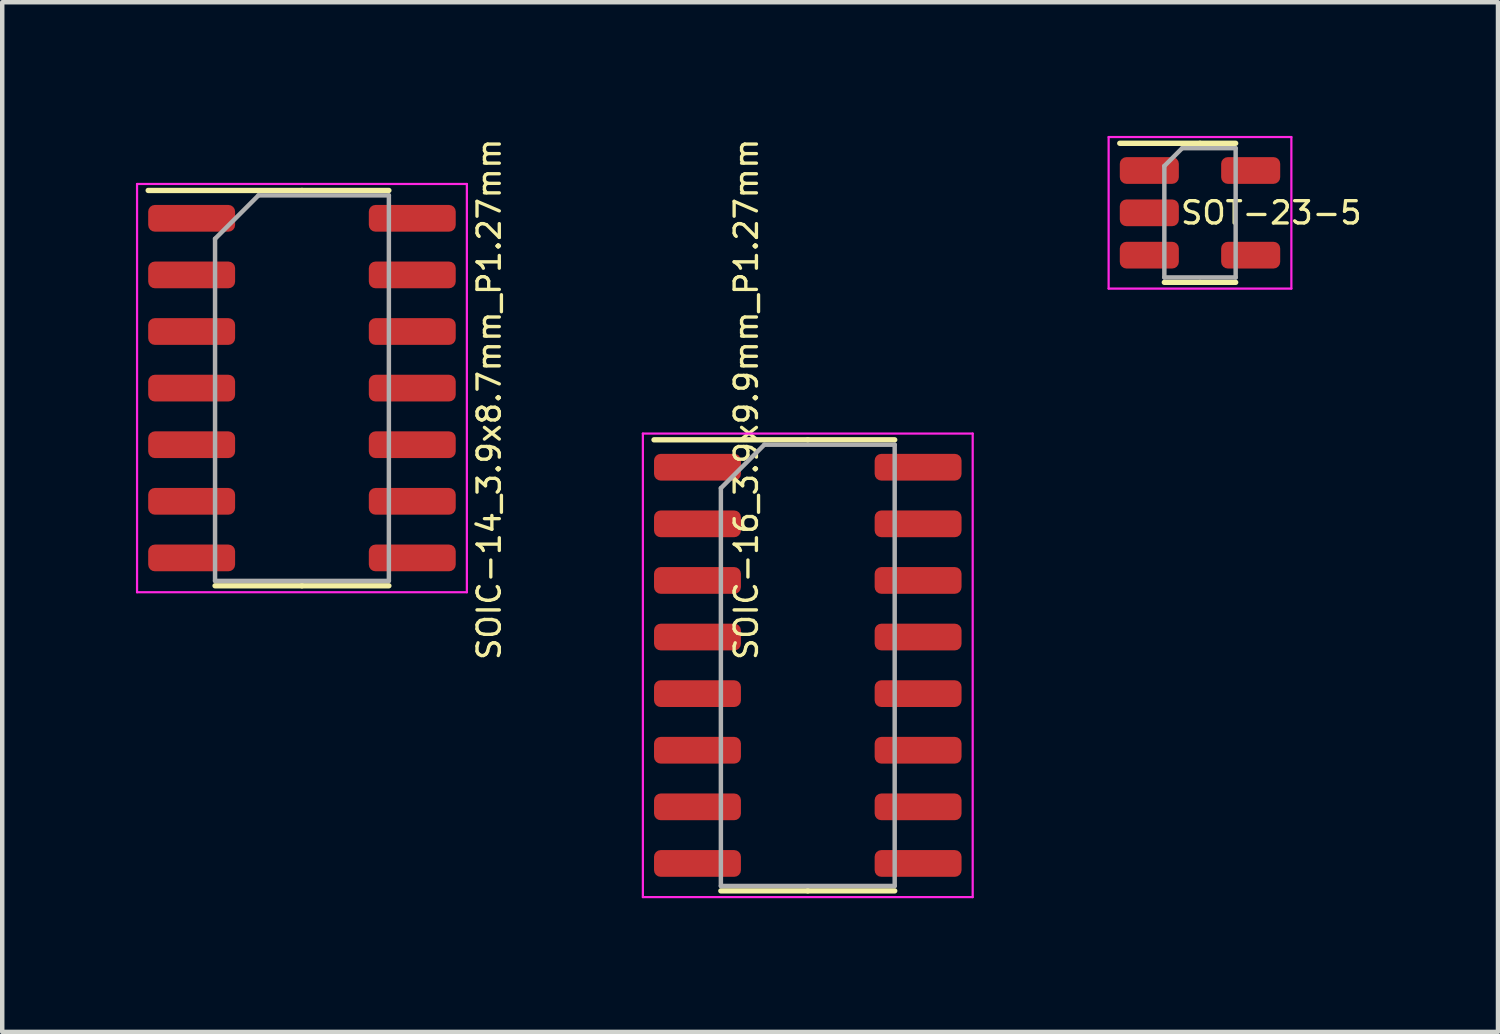
<source format=kicad_pcb>
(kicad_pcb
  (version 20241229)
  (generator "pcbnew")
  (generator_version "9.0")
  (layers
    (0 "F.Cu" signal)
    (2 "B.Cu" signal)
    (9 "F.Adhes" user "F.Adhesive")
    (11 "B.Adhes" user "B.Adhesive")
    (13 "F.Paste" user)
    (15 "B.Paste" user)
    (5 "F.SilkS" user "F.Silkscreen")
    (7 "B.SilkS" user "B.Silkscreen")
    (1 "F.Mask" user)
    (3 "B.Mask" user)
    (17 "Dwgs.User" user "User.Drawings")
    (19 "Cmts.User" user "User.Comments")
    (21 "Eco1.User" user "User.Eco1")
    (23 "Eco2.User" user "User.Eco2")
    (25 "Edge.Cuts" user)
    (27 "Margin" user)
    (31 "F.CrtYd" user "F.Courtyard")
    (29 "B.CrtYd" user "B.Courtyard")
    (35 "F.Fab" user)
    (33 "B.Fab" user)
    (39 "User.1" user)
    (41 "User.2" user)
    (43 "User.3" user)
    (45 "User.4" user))
  (footprint "SOT-23-5"
    (layer "F.Cu")
    (at 23.874 1.725)
    (property "Reference" "SOT-23-5" (at 1.6 0 180) (layer "F.SilkS") (effects (font (size 0.5 0.5) (thickness 0.075))))
    (attr smd)
    (fp_line (start 0 -1.56) (end -1.8 -1.56) (stroke (width 0.12) (type solid)) (layer "F.SilkS"))
    (fp_line (start 0 -1.56) (end 0.8 -1.56) (stroke (width 0.12) (type solid)) (layer "F.SilkS"))
    (fp_line (start 0 1.56) (end -0.8 1.56) (stroke (width 0.12) (type solid)) (layer "F.SilkS"))
    (fp_line (start 0 1.56) (end 0.8 1.56) (stroke (width 0.12) (type solid)) (layer "F.SilkS"))
    (fp_line (start -2.05 -1.7) (end -2.05 1.7) (stroke (width 0.05) (type solid)) (layer "F.CrtYd"))
    (fp_line (start -2.05 1.7) (end 2.05 1.7) (stroke (width 0.05) (type solid)) (layer "F.CrtYd"))
    (fp_line (start 2.05 -1.7) (end -2.05 -1.7) (stroke (width 0.05) (type solid)) (layer "F.CrtYd"))
    (fp_line (start 2.05 1.7) (end 2.05 -1.7) (stroke (width 0.05) (type solid)) (layer "F.CrtYd"))
    (fp_line (start -0.8 -1.05) (end -0.4 -1.45) (stroke (width 0.1) (type solid)) (layer "F.Fab"))
    (fp_line (start -0.8 1.45) (end -0.8 -1.05) (stroke (width 0.1) (type solid)) (layer "F.Fab"))
    (fp_line (start -0.4 -1.45) (end 0.8 -1.45) (stroke (width 0.1) (type solid)) (layer "F.Fab"))
    (fp_line (start 0.8 -1.45) (end 0.8 1.45) (stroke (width 0.1) (type solid)) (layer "F.Fab"))
    (fp_line (start 0.8 1.45) (end -0.8 1.45) (stroke (width 0.1) (type solid)) (layer "F.Fab"))
    (pad "1" smd roundrect (at -1.137 -0.95) (size 1.325 0.6) (layers "F.Cu" "F.Mask" "F.Paste") (roundrect_rratio 0.25))
    (pad "2" smd roundrect (at -1.137 0) (size 1.325 0.6) (layers "F.Cu" "F.Mask" "F.Paste") (roundrect_rratio 0.25))
    (pad "3" smd roundrect (at -1.137 0.95) (size 1.325 0.6) (layers "F.Cu" "F.Mask" "F.Paste") (roundrect_rratio 0.25))
    (pad "4" smd roundrect (at 1.137 0.95) (size 1.325 0.6) (layers "F.Cu" "F.Mask" "F.Paste") (roundrect_rratio 0.25))
    (pad "5" smd roundrect (at 1.137 -0.95) (size 1.325 0.6) (layers "F.Cu" "F.Mask" "F.Paste") (roundrect_rratio 0.25)))
  (footprint "SOIC-16_3.9x9.9mm_P1.27mm"
    (layer "F.Cu")
    (at 15.074 11.878)
    (property "Reference" "SOIC-16_3.9x9.9mm_P1.27mm" (at -1.38 -5.97 90) (layer "F.SilkS") (effects (font (size 0.5 0.5) (thickness 0.075))))
    (attr smd)
    (fp_line (start 0 -5.06) (end -3.45 -5.06) (stroke (width 0.12) (type solid)) (layer "F.SilkS"))
    (fp_line (start 0 -5.06) (end 1.95 -5.06) (stroke (width 0.12) (type solid)) (layer "F.SilkS"))
    (fp_line (start 0 5.06) (end -1.95 5.06) (stroke (width 0.12) (type solid)) (layer "F.SilkS"))
    (fp_line (start 0 5.06) (end 1.95 5.06) (stroke (width 0.12) (type solid)) (layer "F.SilkS"))
    (fp_line (start -3.7 -5.2) (end -3.7 5.2) (stroke (width 0.05) (type solid)) (layer "F.CrtYd"))
    (fp_line (start -3.7 5.2) (end 3.7 5.2) (stroke (width 0.05) (type solid)) (layer "F.CrtYd"))
    (fp_line (start 3.7 -5.2) (end -3.7 -5.2) (stroke (width 0.05) (type solid)) (layer "F.CrtYd"))
    (fp_line (start 3.7 5.2) (end 3.7 -5.2) (stroke (width 0.05) (type solid)) (layer "F.CrtYd"))
    (fp_line (start -1.95 -3.975) (end -0.975 -4.95) (stroke (width 0.1) (type solid)) (layer "F.Fab"))
    (fp_line (start -1.95 4.95) (end -1.95 -3.975) (stroke (width 0.1) (type solid)) (layer "F.Fab"))
    (fp_line (start -0.975 -4.95) (end 1.95 -4.95) (stroke (width 0.1) (type solid)) (layer "F.Fab"))
    (fp_line (start 1.95 -4.95) (end 1.95 4.95) (stroke (width 0.1) (type solid)) (layer "F.Fab"))
    (fp_line (start 1.95 4.95) (end -1.95 4.95) (stroke (width 0.1) (type solid)) (layer "F.Fab"))
    (pad "1" smd roundrect (at -2.475 -4.445) (size 1.95 0.6) (layers "F.Cu" "F.Mask" "F.Paste") (roundrect_rratio 0.25))
    (pad "2" smd roundrect (at -2.475 -3.175) (size 1.95 0.6) (layers "F.Cu" "F.Mask" "F.Paste") (roundrect_rratio 0.25))
    (pad "3" smd roundrect (at -2.475 -1.905) (size 1.95 0.6) (layers "F.Cu" "F.Mask" "F.Paste") (roundrect_rratio 0.25))
    (pad "4" smd roundrect (at -2.475 -0.635) (size 1.95 0.6) (layers "F.Cu" "F.Mask" "F.Paste") (roundrect_rratio 0.25))
    (pad "5" smd roundrect (at -2.475 0.635) (size 1.95 0.6) (layers "F.Cu" "F.Mask" "F.Paste") (roundrect_rratio 0.25))
    (pad "6" smd roundrect (at -2.475 1.905) (size 1.95 0.6) (layers "F.Cu" "F.Mask" "F.Paste") (roundrect_rratio 0.25))
    (pad "7" smd roundrect (at -2.475 3.175) (size 1.95 0.6) (layers "F.Cu" "F.Mask" "F.Paste") (roundrect_rratio 0.25))
    (pad "8" smd roundrect (at -2.475 4.445) (size 1.95 0.6) (layers "F.Cu" "F.Mask" "F.Paste") (roundrect_rratio 0.25))
    (pad "9" smd roundrect (at 2.475 4.445) (size 1.95 0.6) (layers "F.Cu" "F.Mask" "F.Paste") (roundrect_rratio 0.25))
    (pad "10" smd roundrect (at 2.475 3.175) (size 1.95 0.6) (layers "F.Cu" "F.Mask" "F.Paste") (roundrect_rratio 0.25))
    (pad "11" smd roundrect (at 2.475 1.905) (size 1.95 0.6) (layers "F.Cu" "F.Mask" "F.Paste") (roundrect_rratio 0.25))
    (pad "12" smd roundrect (at 2.475 0.635) (size 1.95 0.6) (layers "F.Cu" "F.Mask" "F.Paste") (roundrect_rratio 0.25))
    (pad "13" smd roundrect (at 2.475 -0.635) (size 1.95 0.6) (layers "F.Cu" "F.Mask" "F.Paste") (roundrect_rratio 0.25))
    (pad "14" smd roundrect (at 2.475 -1.905) (size 1.95 0.6) (layers "F.Cu" "F.Mask" "F.Paste") (roundrect_rratio 0.25))
    (pad "15" smd roundrect (at 2.475 -3.175) (size 1.95 0.6) (layers "F.Cu" "F.Mask" "F.Paste") (roundrect_rratio 0.25))
    (pad "16" smd roundrect (at 2.475 -4.445) (size 1.95 0.6) (layers "F.Cu" "F.Mask" "F.Paste") (roundrect_rratio 0.25)))
  (footprint "SOIC-14_3.9x8.7mm_P1.27mm"
    (layer "F.Cu")
    (at 3.725 5.658)
    (property "Reference" "SOIC-14_3.9x8.7mm_P1.27mm" (at 4.2 0.25 90) (layer "F.SilkS") (effects (font (size 0.5 0.5) (thickness 0.075))))
    (attr smd)
    (fp_line (start 0 -4.435) (end -3.45 -4.435) (stroke (width 0.12) (type solid)) (layer "F.SilkS"))
    (fp_line (start 0 -4.435) (end 1.95 -4.435) (stroke (width 0.12) (type solid)) (layer "F.SilkS"))
    (fp_line (start 0 4.435) (end -1.95 4.435) (stroke (width 0.12) (type solid)) (layer "F.SilkS"))
    (fp_line (start 0 4.435) (end 1.95 4.435) (stroke (width 0.12) (type solid)) (layer "F.SilkS"))
    (fp_line (start -3.7 -4.58) (end -3.7 4.58) (stroke (width 0.05) (type solid)) (layer "F.CrtYd"))
    (fp_line (start -3.7 4.58) (end 3.7 4.58) (stroke (width 0.05) (type solid)) (layer "F.CrtYd"))
    (fp_line (start 3.7 -4.58) (end -3.7 -4.58) (stroke (width 0.05) (type solid)) (layer "F.CrtYd"))
    (fp_line (start 3.7 4.58) (end 3.7 -4.58) (stroke (width 0.05) (type solid)) (layer "F.CrtYd"))
    (fp_line (start -1.95 -3.35) (end -0.975 -4.325) (stroke (width 0.1) (type solid)) (layer "F.Fab"))
    (fp_line (start -1.95 4.325) (end -1.95 -3.35) (stroke (width 0.1) (type solid)) (layer "F.Fab"))
    (fp_line (start -0.975 -4.325) (end 1.95 -4.325) (stroke (width 0.1) (type solid)) (layer "F.Fab"))
    (fp_line (start 1.95 -4.325) (end 1.95 4.325) (stroke (width 0.1) (type solid)) (layer "F.Fab"))
    (fp_line (start 1.95 4.325) (end -1.95 4.325) (stroke (width 0.1) (type solid)) (layer "F.Fab"))
    (pad "1" smd roundrect (at -2.475 -3.81) (size 1.95 0.6) (layers "F.Cu" "F.Mask" "F.Paste") (roundrect_rratio 0.25))
    (pad "2" smd roundrect (at -2.475 -2.54) (size 1.95 0.6) (layers "F.Cu" "F.Mask" "F.Paste") (roundrect_rratio 0.25))
    (pad "3" smd roundrect (at -2.475 -1.27) (size 1.95 0.6) (layers "F.Cu" "F.Mask" "F.Paste") (roundrect_rratio 0.25))
    (pad "4" smd roundrect (at -2.475 0) (size 1.95 0.6) (layers "F.Cu" "F.Mask" "F.Paste") (roundrect_rratio 0.25))
    (pad "5" smd roundrect (at -2.475 1.27) (size 1.95 0.6) (layers "F.Cu" "F.Mask" "F.Paste") (roundrect_rratio 0.25))
    (pad "6" smd roundrect (at -2.475 2.54) (size 1.95 0.6) (layers "F.Cu" "F.Mask" "F.Paste") (roundrect_rratio 0.25))
    (pad "7" smd roundrect (at -2.475 3.81) (size 1.95 0.6) (layers "F.Cu" "F.Mask" "F.Paste") (roundrect_rratio 0.25))
    (pad "8" smd roundrect (at 2.475 3.81) (size 1.95 0.6) (layers "F.Cu" "F.Mask" "F.Paste") (roundrect_rratio 0.25))
    (pad "9" smd roundrect (at 2.475 2.54) (size 1.95 0.6) (layers "F.Cu" "F.Mask" "F.Paste") (roundrect_rratio 0.25))
    (pad "10" smd roundrect (at 2.475 1.27) (size 1.95 0.6) (layers "F.Cu" "F.Mask" "F.Paste") (roundrect_rratio 0.25))
    (pad "11" smd roundrect (at 2.475 0) (size 1.95 0.6) (layers "F.Cu" "F.Mask" "F.Paste") (roundrect_rratio 0.25))
    (pad "12" smd roundrect (at 2.475 -1.27) (size 1.95 0.6) (layers "F.Cu" "F.Mask" "F.Paste") (roundrect_rratio 0.25))
    (pad "13" smd roundrect (at 2.475 -2.54) (size 1.95 0.6) (layers "F.Cu" "F.Mask" "F.Paste") (roundrect_rratio 0.25))
    (pad "14" smd roundrect (at 2.475 -3.81) (size 1.95 0.6) (layers "F.Cu" "F.Mask" "F.Paste") (roundrect_rratio 0.25)))
  (gr_rect
    (start -3 -3)
    (end 30.56 20.103)
    (stroke (width 0.1) (type default))
    (fill no)
    (layer "Edge.Cuts")))
</source>
